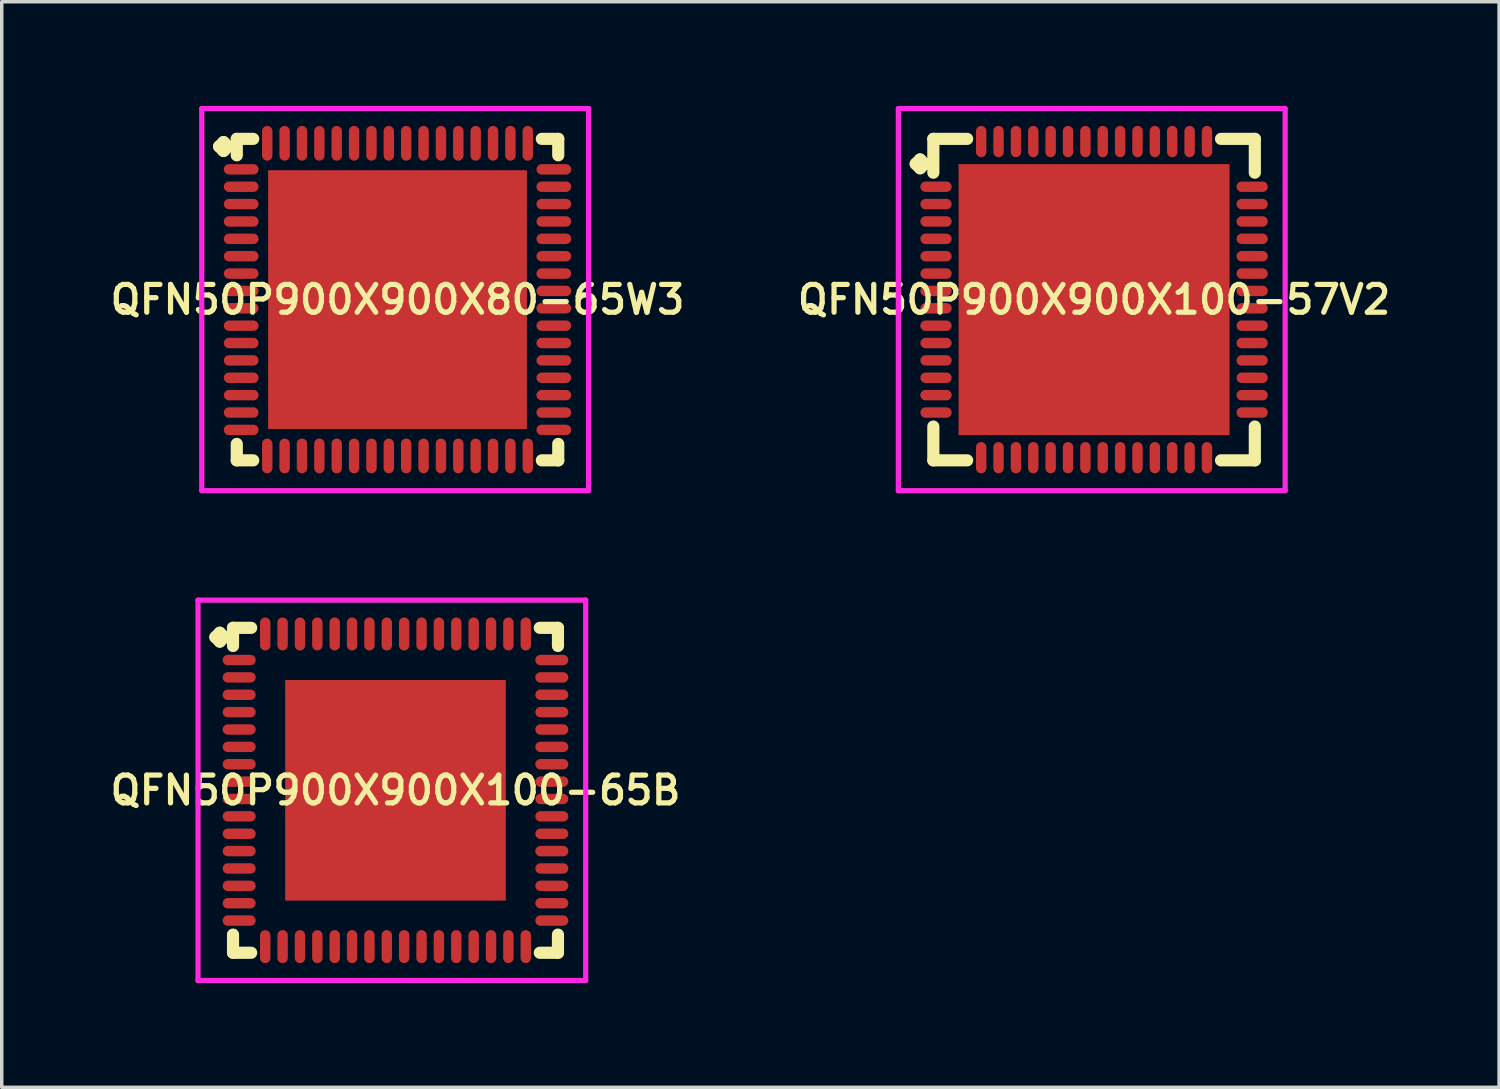
<source format=kicad_pcb>
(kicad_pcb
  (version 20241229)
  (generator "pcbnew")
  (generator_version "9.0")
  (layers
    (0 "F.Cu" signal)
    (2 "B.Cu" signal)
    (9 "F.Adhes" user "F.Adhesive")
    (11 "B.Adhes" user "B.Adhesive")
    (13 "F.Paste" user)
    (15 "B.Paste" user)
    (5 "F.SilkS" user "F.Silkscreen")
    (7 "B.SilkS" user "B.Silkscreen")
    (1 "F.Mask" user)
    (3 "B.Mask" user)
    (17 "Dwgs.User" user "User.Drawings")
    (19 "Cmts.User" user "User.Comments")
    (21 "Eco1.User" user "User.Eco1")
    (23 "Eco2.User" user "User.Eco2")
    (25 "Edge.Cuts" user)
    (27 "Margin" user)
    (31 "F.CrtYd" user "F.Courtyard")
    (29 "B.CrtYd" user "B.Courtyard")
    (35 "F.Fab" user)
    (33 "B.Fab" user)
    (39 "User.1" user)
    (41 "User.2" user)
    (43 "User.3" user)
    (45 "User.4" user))
  (footprint "QFN50P900X900X80-65W3"
    (layer "F.Cu")
    (at 8.393 5.575)
    (property "Reference" "QFN50P900X900X80-65W3" (at 0 0 0) (layer "F.SilkS") (effects (font (size 0.8 0.8) (thickness 0.15))))
    (attr smd)
    (fp_line (start -5.135 -4.408) (end -5.008 -4.535) (stroke (width 0.35) (type solid)) (layer "F.SilkS"))
    (fp_line (start -5.008 -4.535) (end -4.881 -4.408) (stroke (width 0.35) (type solid)) (layer "F.SilkS"))
    (fp_line (start -5.008 -4.281) (end -5.135 -4.408) (stroke (width 0.35) (type solid)) (layer "F.SilkS"))
    (fp_line (start -4.881 -4.408) (end -5.008 -4.281) (stroke (width 0.35) (type solid)) (layer "F.SilkS"))
    (fp_line (start -4.627 -4.627) (end -4.154 -4.627) (stroke (width 0.35) (type solid)) (layer "F.SilkS"))
    (fp_line (start -4.627 -4.154) (end -4.627 -4.627) (stroke (width 0.35) (type solid)) (layer "F.SilkS"))
    (fp_line (start -4.627 4.154) (end -4.627 4.627) (stroke (width 0.35) (type solid)) (layer "F.SilkS"))
    (fp_line (start -4.627 4.627) (end -4.154 4.627) (stroke (width 0.35) (type solid)) (layer "F.SilkS"))
    (fp_line (start 4.154 -4.627) (end 4.627 -4.627) (stroke (width 0.35) (type solid)) (layer "F.SilkS"))
    (fp_line (start 4.154 4.627) (end 4.627 4.627) (stroke (width 0.35) (type solid)) (layer "F.SilkS"))
    (fp_line (start 4.627 -4.627) (end 4.627 -4.154) (stroke (width 0.35) (type solid)) (layer "F.SilkS"))
    (fp_line (start 4.627 4.627) (end 4.627 4.154) (stroke (width 0.35) (type solid)) (layer "F.SilkS"))
    (fp_line (start -5.635 -5.5) (end 5.5 -5.5) (stroke (width 0.15) (type solid)) (layer "F.CrtYd"))
    (fp_line (start -5.635 5.5) (end -5.635 -5.5) (stroke (width 0.15) (type solid)) (layer "F.CrtYd"))
    (fp_line (start 5.5 -5.5) (end 5.5 5.5) (stroke (width 0.15) (type solid)) (layer "F.CrtYd"))
    (fp_line (start 5.5 5.5) (end -5.635 5.5) (stroke (width 0.15) (type solid)) (layer "F.CrtYd"))
    (pad "1" smd oval (at -4.5 -3.75) (size 1 0.3) (layers "F.Cu" "F.Mask" "F.Paste"))
    (pad "2" smd oval (at -4.5 -3.25) (size 1 0.3) (layers "F.Cu" "F.Mask" "F.Paste"))
    (pad "3" smd oval (at -4.5 -2.75) (size 1 0.3) (layers "F.Cu" "F.Mask" "F.Paste"))
    (pad "4" smd oval (at -4.5 -2.25) (size 1 0.3) (layers "F.Cu" "F.Mask" "F.Paste"))
    (pad "5" smd oval (at -4.5 -1.75) (size 1 0.3) (layers "F.Cu" "F.Mask" "F.Paste"))
    (pad "6" smd oval (at -4.5 -1.25) (size 1 0.3) (layers "F.Cu" "F.Mask" "F.Paste"))
    (pad "7" smd oval (at -4.5 -0.75) (size 1 0.3) (layers "F.Cu" "F.Mask" "F.Paste"))
    (pad "8" smd oval (at -4.5 -0.25) (size 1 0.3) (layers "F.Cu" "F.Mask" "F.Paste"))
    (pad "9" smd oval (at -4.5 0.25) (size 1 0.3) (layers "F.Cu" "F.Mask" "F.Paste"))
    (pad "10" smd oval (at -4.5 0.75) (size 1 0.3) (layers "F.Cu" "F.Mask" "F.Paste"))
    (pad "11" smd oval (at -4.5 1.25) (size 1 0.3) (layers "F.Cu" "F.Mask" "F.Paste"))
    (pad "12" smd oval (at -4.5 1.75) (size 1 0.3) (layers "F.Cu" "F.Mask" "F.Paste"))
    (pad "13" smd oval (at -4.5 2.25) (size 1 0.3) (layers "F.Cu" "F.Mask" "F.Paste"))
    (pad "14" smd oval (at -4.5 2.75) (size 1 0.3) (layers "F.Cu" "F.Mask" "F.Paste"))
    (pad "15" smd oval (at -4.5 3.25) (size 1 0.3) (layers "F.Cu" "F.Mask" "F.Paste"))
    (pad "16" smd oval (at -4.5 3.75) (size 1 0.3) (layers "F.Cu" "F.Mask" "F.Paste"))
    (pad "17" smd oval (at -3.75 4.5) (size 0.3 1) (layers "F.Cu" "F.Mask" "F.Paste"))
    (pad "18" smd oval (at -3.25 4.5) (size 0.3 1) (layers "F.Cu" "F.Mask" "F.Paste"))
    (pad "19" smd oval (at -2.75 4.5) (size 0.3 1) (layers "F.Cu" "F.Mask" "F.Paste"))
    (pad "20" smd oval (at -2.25 4.5) (size 0.3 1) (layers "F.Cu" "F.Mask" "F.Paste"))
    (pad "21" smd oval (at -1.75 4.5) (size 0.3 1) (layers "F.Cu" "F.Mask" "F.Paste"))
    (pad "22" smd oval (at -1.25 4.5) (size 0.3 1) (layers "F.Cu" "F.Mask" "F.Paste"))
    (pad "23" smd oval (at -0.75 4.5) (size 0.3 1) (layers "F.Cu" "F.Mask" "F.Paste"))
    (pad "24" smd oval (at -0.25 4.5) (size 0.3 1) (layers "F.Cu" "F.Mask" "F.Paste"))
    (pad "25" smd oval (at 0.25 4.5) (size 0.3 1) (layers "F.Cu" "F.Mask" "F.Paste"))
    (pad "26" smd oval (at 0.75 4.5) (size 0.3 1) (layers "F.Cu" "F.Mask" "F.Paste"))
    (pad "27" smd oval (at 1.25 4.5) (size 0.3 1) (layers "F.Cu" "F.Mask" "F.Paste"))
    (pad "28" smd oval (at 1.75 4.5) (size 0.3 1) (layers "F.Cu" "F.Mask" "F.Paste"))
    (pad "29" smd oval (at 2.25 4.5) (size 0.3 1) (layers "F.Cu" "F.Mask" "F.Paste"))
    (pad "30" smd oval (at 2.75 4.5) (size 0.3 1) (layers "F.Cu" "F.Mask" "F.Paste"))
    (pad "31" smd oval (at 3.25 4.5) (size 0.3 1) (layers "F.Cu" "F.Mask" "F.Paste"))
    (pad "32" smd oval (at 3.75 4.5) (size 0.3 1) (layers "F.Cu" "F.Mask" "F.Paste"))
    (pad "33" smd oval (at 4.5 3.75) (size 1 0.3) (layers "F.Cu" "F.Mask" "F.Paste"))
    (pad "34" smd oval (at 4.5 3.25) (size 1 0.3) (layers "F.Cu" "F.Mask" "F.Paste"))
    (pad "35" smd oval (at 4.5 2.75) (size 1 0.3) (layers "F.Cu" "F.Mask" "F.Paste"))
    (pad "36" smd oval (at 4.5 2.25) (size 1 0.3) (layers "F.Cu" "F.Mask" "F.Paste"))
    (pad "37" smd oval (at 4.5 1.75) (size 1 0.3) (layers "F.Cu" "F.Mask" "F.Paste"))
    (pad "38" smd oval (at 4.5 1.25) (size 1 0.3) (layers "F.Cu" "F.Mask" "F.Paste"))
    (pad "39" smd oval (at 4.5 0.75) (size 1 0.3) (layers "F.Cu" "F.Mask" "F.Paste"))
    (pad "40" smd oval (at 4.5 0.25) (size 1 0.3) (layers "F.Cu" "F.Mask" "F.Paste"))
    (pad "41" smd oval (at 4.5 -0.25) (size 1 0.3) (layers "F.Cu" "F.Mask" "F.Paste"))
    (pad "42" smd oval (at 4.5 -0.75) (size 1 0.3) (layers "F.Cu" "F.Mask" "F.Paste"))
    (pad "43" smd oval (at 4.5 -1.25) (size 1 0.3) (layers "F.Cu" "F.Mask" "F.Paste"))
    (pad "44" smd oval (at 4.5 -1.75) (size 1 0.3) (layers "F.Cu" "F.Mask" "F.Paste"))
    (pad "45" smd oval (at 4.5 -2.25) (size 1 0.3) (layers "F.Cu" "F.Mask" "F.Paste"))
    (pad "46" smd oval (at 4.5 -2.75) (size 1 0.3) (layers "F.Cu" "F.Mask" "F.Paste"))
    (pad "47" smd oval (at 4.5 -3.25) (size 1 0.3) (layers "F.Cu" "F.Mask" "F.Paste"))
    (pad "48" smd oval (at 4.5 -3.75) (size 1 0.3) (layers "F.Cu" "F.Mask" "F.Paste"))
    (pad "49" smd oval (at 3.75 -4.5) (size 0.3 1) (layers "F.Cu" "F.Mask" "F.Paste"))
    (pad "50" smd oval (at 3.25 -4.5) (size 0.3 1) (layers "F.Cu" "F.Mask" "F.Paste"))
    (pad "51" smd oval (at 2.75 -4.5) (size 0.3 1) (layers "F.Cu" "F.Mask" "F.Paste"))
    (pad "52" smd oval (at 2.25 -4.5) (size 0.3 1) (layers "F.Cu" "F.Mask" "F.Paste"))
    (pad "53" smd oval (at 1.75 -4.5) (size 0.3 1) (layers "F.Cu" "F.Mask" "F.Paste"))
    (pad "54" smd oval (at 1.25 -4.5) (size 0.3 1) (layers "F.Cu" "F.Mask" "F.Paste"))
    (pad "55" smd oval (at 0.75 -4.5) (size 0.3 1) (layers "F.Cu" "F.Mask" "F.Paste"))
    (pad "56" smd oval (at 0.25 -4.5) (size 0.3 1) (layers "F.Cu" "F.Mask" "F.Paste"))
    (pad "57" smd oval (at -0.25 -4.5) (size 0.3 1) (layers "F.Cu" "F.Mask" "F.Paste"))
    (pad "58" smd oval (at -0.75 -4.5) (size 0.3 1) (layers "F.Cu" "F.Mask" "F.Paste"))
    (pad "59" smd oval (at -1.25 -4.5) (size 0.3 1) (layers "F.Cu" "F.Mask" "F.Paste"))
    (pad "60" smd oval (at -1.75 -4.5) (size 0.3 1) (layers "F.Cu" "F.Mask" "F.Paste"))
    (pad "61" smd oval (at -2.25 -4.5) (size 0.3 1) (layers "F.Cu" "F.Mask" "F.Paste"))
    (pad "62" smd oval (at -2.75 -4.5) (size 0.3 1) (layers "F.Cu" "F.Mask" "F.Paste"))
    (pad "63" smd oval (at -3.25 -4.5) (size 0.3 1) (layers "F.Cu" "F.Mask" "F.Paste"))
    (pad "64" smd oval (at -3.75 -4.5) (size 0.3 1) (layers "F.Cu" "F.Mask" "F.Paste"))
    (pad "65" smd rect (at 0 0) (size 7.45 7.45) (layers "F.Cu" "F.Mask" "F.Paste")))
  (footprint "QFN50P900X900X100-57V2"
    (layer "F.Cu")
    (at 28.445 5.575)
    (property "Reference" "QFN50P900X900X100-57V2" (at 0 0 0) (layer "F.SilkS") (effects (font (size 0.8 0.8) (thickness 0.15))))
    (attr smd)
    (fp_line (start -5.135 -3.908) (end -5.008 -4.035) (stroke (width 0.35) (type solid)) (layer "F.SilkS"))
    (fp_line (start -5.008 -4.035) (end -4.881 -3.908) (stroke (width 0.35) (type solid)) (layer "F.SilkS"))
    (fp_line (start -5.008 -3.781) (end -5.135 -3.908) (stroke (width 0.35) (type solid)) (layer "F.SilkS"))
    (fp_line (start -4.881 -3.908) (end -5.008 -3.781) (stroke (width 0.35) (type solid)) (layer "F.SilkS"))
    (fp_line (start -4.627 -4.627) (end -3.654 -4.627) (stroke (width 0.35) (type solid)) (layer "F.SilkS"))
    (fp_line (start -4.627 -3.654) (end -4.627 -4.627) (stroke (width 0.35) (type solid)) (layer "F.SilkS"))
    (fp_line (start -4.627 3.654) (end -4.627 4.627) (stroke (width 0.35) (type solid)) (layer "F.SilkS"))
    (fp_line (start -4.627 4.627) (end -3.654 4.627) (stroke (width 0.35) (type solid)) (layer "F.SilkS"))
    (fp_line (start 3.654 -4.627) (end 4.627 -4.627) (stroke (width 0.35) (type solid)) (layer "F.SilkS"))
    (fp_line (start 3.654 4.627) (end 4.627 4.627) (stroke (width 0.35) (type solid)) (layer "F.SilkS"))
    (fp_line (start 4.627 -4.627) (end 4.627 -3.654) (stroke (width 0.35) (type solid)) (layer "F.SilkS"))
    (fp_line (start 4.627 4.627) (end 4.627 3.654) (stroke (width 0.35) (type solid)) (layer "F.SilkS"))
    (fp_line (start -5.635 -5.5) (end 5.5 -5.5) (stroke (width 0.15) (type solid)) (layer "F.CrtYd"))
    (fp_line (start -5.635 5.5) (end -5.635 -5.5) (stroke (width 0.15) (type solid)) (layer "F.CrtYd"))
    (fp_line (start 5.5 -5.5) (end 5.5 5.5) (stroke (width 0.15) (type solid)) (layer "F.CrtYd"))
    (fp_line (start 5.5 5.5) (end -5.635 5.5) (stroke (width 0.15) (type solid)) (layer "F.CrtYd"))
    (pad "1" smd oval (at -4.55 -3.25) (size 0.9 0.3) (layers "F.Cu" "F.Mask" "F.Paste"))
    (pad "2" smd oval (at -4.55 -2.75) (size 0.9 0.3) (layers "F.Cu" "F.Mask" "F.Paste"))
    (pad "3" smd oval (at -4.55 -2.25) (size 0.9 0.3) (layers "F.Cu" "F.Mask" "F.Paste"))
    (pad "4" smd oval (at -4.55 -1.75) (size 0.9 0.3) (layers "F.Cu" "F.Mask" "F.Paste"))
    (pad "5" smd oval (at -4.55 -1.25) (size 0.9 0.3) (layers "F.Cu" "F.Mask" "F.Paste"))
    (pad "6" smd oval (at -4.55 -0.75) (size 0.9 0.3) (layers "F.Cu" "F.Mask" "F.Paste"))
    (pad "7" smd oval (at -4.55 -0.25) (size 0.9 0.3) (layers "F.Cu" "F.Mask" "F.Paste"))
    (pad "8" smd oval (at -4.55 0.25) (size 0.9 0.3) (layers "F.Cu" "F.Mask" "F.Paste"))
    (pad "9" smd oval (at -4.55 0.75) (size 0.9 0.3) (layers "F.Cu" "F.Mask" "F.Paste"))
    (pad "10" smd oval (at -4.55 1.25) (size 0.9 0.3) (layers "F.Cu" "F.Mask" "F.Paste"))
    (pad "11" smd oval (at -4.55 1.75) (size 0.9 0.3) (layers "F.Cu" "F.Mask" "F.Paste"))
    (pad "12" smd oval (at -4.55 2.25) (size 0.9 0.3) (layers "F.Cu" "F.Mask" "F.Paste"))
    (pad "13" smd oval (at -4.55 2.75) (size 0.9 0.3) (layers "F.Cu" "F.Mask" "F.Paste"))
    (pad "14" smd oval (at -4.55 3.25) (size 0.9 0.3) (layers "F.Cu" "F.Mask" "F.Paste"))
    (pad "15" smd oval (at -3.25 4.55) (size 0.3 0.9) (layers "F.Cu" "F.Mask" "F.Paste"))
    (pad "16" smd oval (at -2.75 4.55) (size 0.3 0.9) (layers "F.Cu" "F.Mask" "F.Paste"))
    (pad "17" smd oval (at -2.25 4.55) (size 0.3 0.9) (layers "F.Cu" "F.Mask" "F.Paste"))
    (pad "18" smd oval (at -1.75 4.55) (size 0.3 0.9) (layers "F.Cu" "F.Mask" "F.Paste"))
    (pad "19" smd oval (at -1.25 4.55) (size 0.3 0.9) (layers "F.Cu" "F.Mask" "F.Paste"))
    (pad "20" smd oval (at -0.75 4.55) (size 0.3 0.9) (layers "F.Cu" "F.Mask" "F.Paste"))
    (pad "21" smd oval (at -0.25 4.55) (size 0.3 0.9) (layers "F.Cu" "F.Mask" "F.Paste"))
    (pad "22" smd oval (at 0.25 4.55) (size 0.3 0.9) (layers "F.Cu" "F.Mask" "F.Paste"))
    (pad "23" smd oval (at 0.75 4.55) (size 0.3 0.9) (layers "F.Cu" "F.Mask" "F.Paste"))
    (pad "24" smd oval (at 1.25 4.55) (size 0.3 0.9) (layers "F.Cu" "F.Mask" "F.Paste"))
    (pad "25" smd oval (at 1.75 4.55) (size 0.3 0.9) (layers "F.Cu" "F.Mask" "F.Paste"))
    (pad "26" smd oval (at 2.25 4.55) (size 0.3 0.9) (layers "F.Cu" "F.Mask" "F.Paste"))
    (pad "27" smd oval (at 2.75 4.55) (size 0.3 0.9) (layers "F.Cu" "F.Mask" "F.Paste"))
    (pad "28" smd oval (at 3.25 4.55) (size 0.3 0.9) (layers "F.Cu" "F.Mask" "F.Paste"))
    (pad "29" smd oval (at 4.55 3.25) (size 0.9 0.3) (layers "F.Cu" "F.Mask" "F.Paste"))
    (pad "30" smd oval (at 4.55 2.75) (size 0.9 0.3) (layers "F.Cu" "F.Mask" "F.Paste"))
    (pad "31" smd oval (at 4.55 2.25) (size 0.9 0.3) (layers "F.Cu" "F.Mask" "F.Paste"))
    (pad "32" smd oval (at 4.55 1.75) (size 0.9 0.3) (layers "F.Cu" "F.Mask" "F.Paste"))
    (pad "33" smd oval (at 4.55 1.25) (size 0.9 0.3) (layers "F.Cu" "F.Mask" "F.Paste"))
    (pad "34" smd oval (at 4.55 0.75) (size 0.9 0.3) (layers "F.Cu" "F.Mask" "F.Paste"))
    (pad "35" smd oval (at 4.55 0.25) (size 0.9 0.3) (layers "F.Cu" "F.Mask" "F.Paste"))
    (pad "36" smd oval (at 4.55 -0.25) (size 0.9 0.3) (layers "F.Cu" "F.Mask" "F.Paste"))
    (pad "37" smd oval (at 4.55 -0.75) (size 0.9 0.3) (layers "F.Cu" "F.Mask" "F.Paste"))
    (pad "38" smd oval (at 4.55 -1.25) (size 0.9 0.3) (layers "F.Cu" "F.Mask" "F.Paste"))
    (pad "39" smd oval (at 4.55 -1.75) (size 0.9 0.3) (layers "F.Cu" "F.Mask" "F.Paste"))
    (pad "40" smd oval (at 4.55 -2.25) (size 0.9 0.3) (layers "F.Cu" "F.Mask" "F.Paste"))
    (pad "41" smd oval (at 4.55 -2.75) (size 0.9 0.3) (layers "F.Cu" "F.Mask" "F.Paste"))
    (pad "42" smd oval (at 4.55 -3.25) (size 0.9 0.3) (layers "F.Cu" "F.Mask" "F.Paste"))
    (pad "43" smd oval (at 3.25 -4.55) (size 0.3 0.9) (layers "F.Cu" "F.Mask" "F.Paste"))
    (pad "44" smd oval (at 2.75 -4.55) (size 0.3 0.9) (layers "F.Cu" "F.Mask" "F.Paste"))
    (pad "45" smd oval (at 2.25 -4.55) (size 0.3 0.9) (layers "F.Cu" "F.Mask" "F.Paste"))
    (pad "46" smd oval (at 1.75 -4.55) (size 0.3 0.9) (layers "F.Cu" "F.Mask" "F.Paste"))
    (pad "47" smd oval (at 1.25 -4.55) (size 0.3 0.9) (layers "F.Cu" "F.Mask" "F.Paste"))
    (pad "48" smd oval (at 0.75 -4.55) (size 0.3 0.9) (layers "F.Cu" "F.Mask" "F.Paste"))
    (pad "49" smd oval (at 0.25 -4.55) (size 0.3 0.9) (layers "F.Cu" "F.Mask" "F.Paste"))
    (pad "50" smd oval (at -0.25 -4.55) (size 0.3 0.9) (layers "F.Cu" "F.Mask" "F.Paste"))
    (pad "51" smd oval (at -0.75 -4.55) (size 0.3 0.9) (layers "F.Cu" "F.Mask" "F.Paste"))
    (pad "52" smd oval (at -1.25 -4.55) (size 0.3 0.9) (layers "F.Cu" "F.Mask" "F.Paste"))
    (pad "53" smd oval (at -1.75 -4.55) (size 0.3 0.9) (layers "F.Cu" "F.Mask" "F.Paste"))
    (pad "54" smd oval (at -2.25 -4.55) (size 0.3 0.9) (layers "F.Cu" "F.Mask" "F.Paste"))
    (pad "55" smd oval (at -2.75 -4.55) (size 0.3 0.9) (layers "F.Cu" "F.Mask" "F.Paste"))
    (pad "56" smd oval (at -3.25 -4.55) (size 0.3 0.9) (layers "F.Cu" "F.Mask" "F.Paste"))
    (pad "57" smd rect (at 0 0) (size 7.8 7.8) (layers "F.Cu" "F.Mask" "F.Paste")))
  (footprint "QFN50P900X900X100-65B"
    (layer "F.Cu")
    (at 8.335 19.7)
    (property "Reference" "QFN50P900X900X100-65B" (at 0 0 0) (layer "F.SilkS") (effects (font (size 0.8 0.8) (thickness 0.15))))
    (attr smd)
    (fp_line (start -5.185 -4.408) (end -5.058 -4.535) (stroke (width 0.35) (type solid)) (layer "F.SilkS"))
    (fp_line (start -5.058 -4.535) (end -4.931 -4.408) (stroke (width 0.35) (type solid)) (layer "F.SilkS"))
    (fp_line (start -5.058 -4.281) (end -5.185 -4.408) (stroke (width 0.35) (type solid)) (layer "F.SilkS"))
    (fp_line (start -4.931 -4.408) (end -5.058 -4.281) (stroke (width 0.35) (type solid)) (layer "F.SilkS"))
    (fp_line (start -4.677 -4.677) (end -4.154 -4.677) (stroke (width 0.35) (type solid)) (layer "F.SilkS"))
    (fp_line (start -4.677 -4.154) (end -4.677 -4.677) (stroke (width 0.35) (type solid)) (layer "F.SilkS"))
    (fp_line (start -4.677 4.154) (end -4.677 4.677) (stroke (width 0.35) (type solid)) (layer "F.SilkS"))
    (fp_line (start -4.677 4.677) (end -4.154 4.677) (stroke (width 0.35) (type solid)) (layer "F.SilkS"))
    (fp_line (start 4.154 -4.677) (end 4.677 -4.677) (stroke (width 0.35) (type solid)) (layer "F.SilkS"))
    (fp_line (start 4.154 4.677) (end 4.677 4.677) (stroke (width 0.35) (type solid)) (layer "F.SilkS"))
    (fp_line (start 4.677 -4.677) (end 4.677 -4.154) (stroke (width 0.35) (type solid)) (layer "F.SilkS"))
    (fp_line (start 4.677 4.677) (end 4.677 4.154) (stroke (width 0.35) (type solid)) (layer "F.SilkS"))
    (fp_line (start -5.685 -5.475) (end 5.475 -5.475) (stroke (width 0.15) (type solid)) (layer "F.CrtYd"))
    (fp_line (start -5.685 5.475) (end -5.685 -5.475) (stroke (width 0.15) (type solid)) (layer "F.CrtYd"))
    (fp_line (start 5.475 -5.475) (end 5.475 5.475) (stroke (width 0.15) (type solid)) (layer "F.CrtYd"))
    (fp_line (start 5.475 5.475) (end -5.685 5.475) (stroke (width 0.15) (type solid)) (layer "F.CrtYd"))
    (pad "1" smd oval (at -4.5 -3.75) (size 0.95 0.3) (layers "F.Cu" "F.Mask" "F.Paste"))
    (pad "2" smd oval (at -4.5 -3.25) (size 0.95 0.3) (layers "F.Cu" "F.Mask" "F.Paste"))
    (pad "3" smd oval (at -4.5 -2.75) (size 0.95 0.3) (layers "F.Cu" "F.Mask" "F.Paste"))
    (pad "4" smd oval (at -4.5 -2.25) (size 0.95 0.3) (layers "F.Cu" "F.Mask" "F.Paste"))
    (pad "5" smd oval (at -4.5 -1.75) (size 0.95 0.3) (layers "F.Cu" "F.Mask" "F.Paste"))
    (pad "6" smd oval (at -4.5 -1.25) (size 0.95 0.3) (layers "F.Cu" "F.Mask" "F.Paste"))
    (pad "7" smd oval (at -4.5 -0.75) (size 0.95 0.3) (layers "F.Cu" "F.Mask" "F.Paste"))
    (pad "8" smd oval (at -4.5 -0.25) (size 0.95 0.3) (layers "F.Cu" "F.Mask" "F.Paste"))
    (pad "9" smd oval (at -4.5 0.25) (size 0.95 0.3) (layers "F.Cu" "F.Mask" "F.Paste"))
    (pad "10" smd oval (at -4.5 0.75) (size 0.95 0.3) (layers "F.Cu" "F.Mask" "F.Paste"))
    (pad "11" smd oval (at -4.5 1.25) (size 0.95 0.3) (layers "F.Cu" "F.Mask" "F.Paste"))
    (pad "12" smd oval (at -4.5 1.75) (size 0.95 0.3) (layers "F.Cu" "F.Mask" "F.Paste"))
    (pad "13" smd oval (at -4.5 2.25) (size 0.95 0.3) (layers "F.Cu" "F.Mask" "F.Paste"))
    (pad "14" smd oval (at -4.5 2.75) (size 0.95 0.3) (layers "F.Cu" "F.Mask" "F.Paste"))
    (pad "15" smd oval (at -4.5 3.25) (size 0.95 0.3) (layers "F.Cu" "F.Mask" "F.Paste"))
    (pad "16" smd oval (at -4.5 3.75) (size 0.95 0.3) (layers "F.Cu" "F.Mask" "F.Paste"))
    (pad "17" smd oval (at -3.75 4.5) (size 0.3 0.95) (layers "F.Cu" "F.Mask" "F.Paste"))
    (pad "18" smd oval (at -3.25 4.5) (size 0.3 0.95) (layers "F.Cu" "F.Mask" "F.Paste"))
    (pad "19" smd oval (at -2.75 4.5) (size 0.3 0.95) (layers "F.Cu" "F.Mask" "F.Paste"))
    (pad "20" smd oval (at -2.25 4.5) (size 0.3 0.95) (layers "F.Cu" "F.Mask" "F.Paste"))
    (pad "21" smd oval (at -1.75 4.5) (size 0.3 0.95) (layers "F.Cu" "F.Mask" "F.Paste"))
    (pad "22" smd oval (at -1.25 4.5) (size 0.3 0.95) (layers "F.Cu" "F.Mask" "F.Paste"))
    (pad "23" smd oval (at -0.75 4.5) (size 0.3 0.95) (layers "F.Cu" "F.Mask" "F.Paste"))
    (pad "24" smd oval (at -0.25 4.5) (size 0.3 0.95) (layers "F.Cu" "F.Mask" "F.Paste"))
    (pad "25" smd oval (at 0.25 4.5) (size 0.3 0.95) (layers "F.Cu" "F.Mask" "F.Paste"))
    (pad "26" smd oval (at 0.75 4.5) (size 0.3 0.95) (layers "F.Cu" "F.Mask" "F.Paste"))
    (pad "27" smd oval (at 1.25 4.5) (size 0.3 0.95) (layers "F.Cu" "F.Mask" "F.Paste"))
    (pad "28" smd oval (at 1.75 4.5) (size 0.3 0.95) (layers "F.Cu" "F.Mask" "F.Paste"))
    (pad "29" smd oval (at 2.25 4.5) (size 0.3 0.95) (layers "F.Cu" "F.Mask" "F.Paste"))
    (pad "30" smd oval (at 2.75 4.5) (size 0.3 0.95) (layers "F.Cu" "F.Mask" "F.Paste"))
    (pad "31" smd oval (at 3.25 4.5) (size 0.3 0.95) (layers "F.Cu" "F.Mask" "F.Paste"))
    (pad "32" smd oval (at 3.75 4.5) (size 0.3 0.95) (layers "F.Cu" "F.Mask" "F.Paste"))
    (pad "33" smd oval (at 4.5 3.75) (size 0.95 0.3) (layers "F.Cu" "F.Mask" "F.Paste"))
    (pad "34" smd oval (at 4.5 3.25) (size 0.95 0.3) (layers "F.Cu" "F.Mask" "F.Paste"))
    (pad "35" smd oval (at 4.5 2.75) (size 0.95 0.3) (layers "F.Cu" "F.Mask" "F.Paste"))
    (pad "36" smd oval (at 4.5 2.25) (size 0.95 0.3) (layers "F.Cu" "F.Mask" "F.Paste"))
    (pad "37" smd oval (at 4.5 1.75) (size 0.95 0.3) (layers "F.Cu" "F.Mask" "F.Paste"))
    (pad "38" smd oval (at 4.5 1.25) (size 0.95 0.3) (layers "F.Cu" "F.Mask" "F.Paste"))
    (pad "39" smd oval (at 4.5 0.75) (size 0.95 0.3) (layers "F.Cu" "F.Mask" "F.Paste"))
    (pad "40" smd oval (at 4.5 0.25) (size 0.95 0.3) (layers "F.Cu" "F.Mask" "F.Paste"))
    (pad "41" smd oval (at 4.5 -0.25) (size 0.95 0.3) (layers "F.Cu" "F.Mask" "F.Paste"))
    (pad "42" smd oval (at 4.5 -0.75) (size 0.95 0.3) (layers "F.Cu" "F.Mask" "F.Paste"))
    (pad "43" smd oval (at 4.5 -1.25) (size 0.95 0.3) (layers "F.Cu" "F.Mask" "F.Paste"))
    (pad "44" smd oval (at 4.5 -1.75) (size 0.95 0.3) (layers "F.Cu" "F.Mask" "F.Paste"))
    (pad "45" smd oval (at 4.5 -2.25) (size 0.95 0.3) (layers "F.Cu" "F.Mask" "F.Paste"))
    (pad "46" smd oval (at 4.5 -2.75) (size 0.95 0.3) (layers "F.Cu" "F.Mask" "F.Paste"))
    (pad "47" smd oval (at 4.5 -3.25) (size 0.95 0.3) (layers "F.Cu" "F.Mask" "F.Paste"))
    (pad "48" smd oval (at 4.5 -3.75) (size 0.95 0.3) (layers "F.Cu" "F.Mask" "F.Paste"))
    (pad "49" smd oval (at 3.75 -4.5) (size 0.3 0.95) (layers "F.Cu" "F.Mask" "F.Paste"))
    (pad "50" smd oval (at 3.25 -4.5) (size 0.3 0.95) (layers "F.Cu" "F.Mask" "F.Paste"))
    (pad "51" smd oval (at 2.75 -4.5) (size 0.3 0.95) (layers "F.Cu" "F.Mask" "F.Paste"))
    (pad "52" smd oval (at 2.25 -4.5) (size 0.3 0.95) (layers "F.Cu" "F.Mask" "F.Paste"))
    (pad "53" smd oval (at 1.75 -4.5) (size 0.3 0.95) (layers "F.Cu" "F.Mask" "F.Paste"))
    (pad "54" smd oval (at 1.25 -4.5) (size 0.3 0.95) (layers "F.Cu" "F.Mask" "F.Paste"))
    (pad "55" smd oval (at 0.75 -4.5) (size 0.3 0.95) (layers "F.Cu" "F.Mask" "F.Paste"))
    (pad "56" smd oval (at 0.25 -4.5) (size 0.3 0.95) (layers "F.Cu" "F.Mask" "F.Paste"))
    (pad "57" smd oval (at -0.25 -4.5) (size 0.3 0.95) (layers "F.Cu" "F.Mask" "F.Paste"))
    (pad "58" smd oval (at -0.75 -4.5) (size 0.3 0.95) (layers "F.Cu" "F.Mask" "F.Paste"))
    (pad "59" smd oval (at -1.25 -4.5) (size 0.3 0.95) (layers "F.Cu" "F.Mask" "F.Paste"))
    (pad "60" smd oval (at -1.75 -4.5) (size 0.3 0.95) (layers "F.Cu" "F.Mask" "F.Paste"))
    (pad "61" smd oval (at -2.25 -4.5) (size 0.3 0.95) (layers "F.Cu" "F.Mask" "F.Paste"))
    (pad "62" smd oval (at -2.75 -4.5) (size 0.3 0.95) (layers "F.Cu" "F.Mask" "F.Paste"))
    (pad "63" smd oval (at -3.25 -4.5) (size 0.3 0.95) (layers "F.Cu" "F.Mask" "F.Paste"))
    (pad "64" smd oval (at -3.75 -4.5) (size 0.3 0.95) (layers "F.Cu" "F.Mask" "F.Paste"))
    (pad "65" smd rect (at 0 0) (size 6.35 6.35) (layers "F.Cu" "F.Mask" "F.Paste")))
  (gr_rect
    (start -3 -3)
    (end 40.104 28.25)
    (stroke (width 0.1) (type default))
    (fill no)
    (layer "Edge.Cuts")))
</source>
